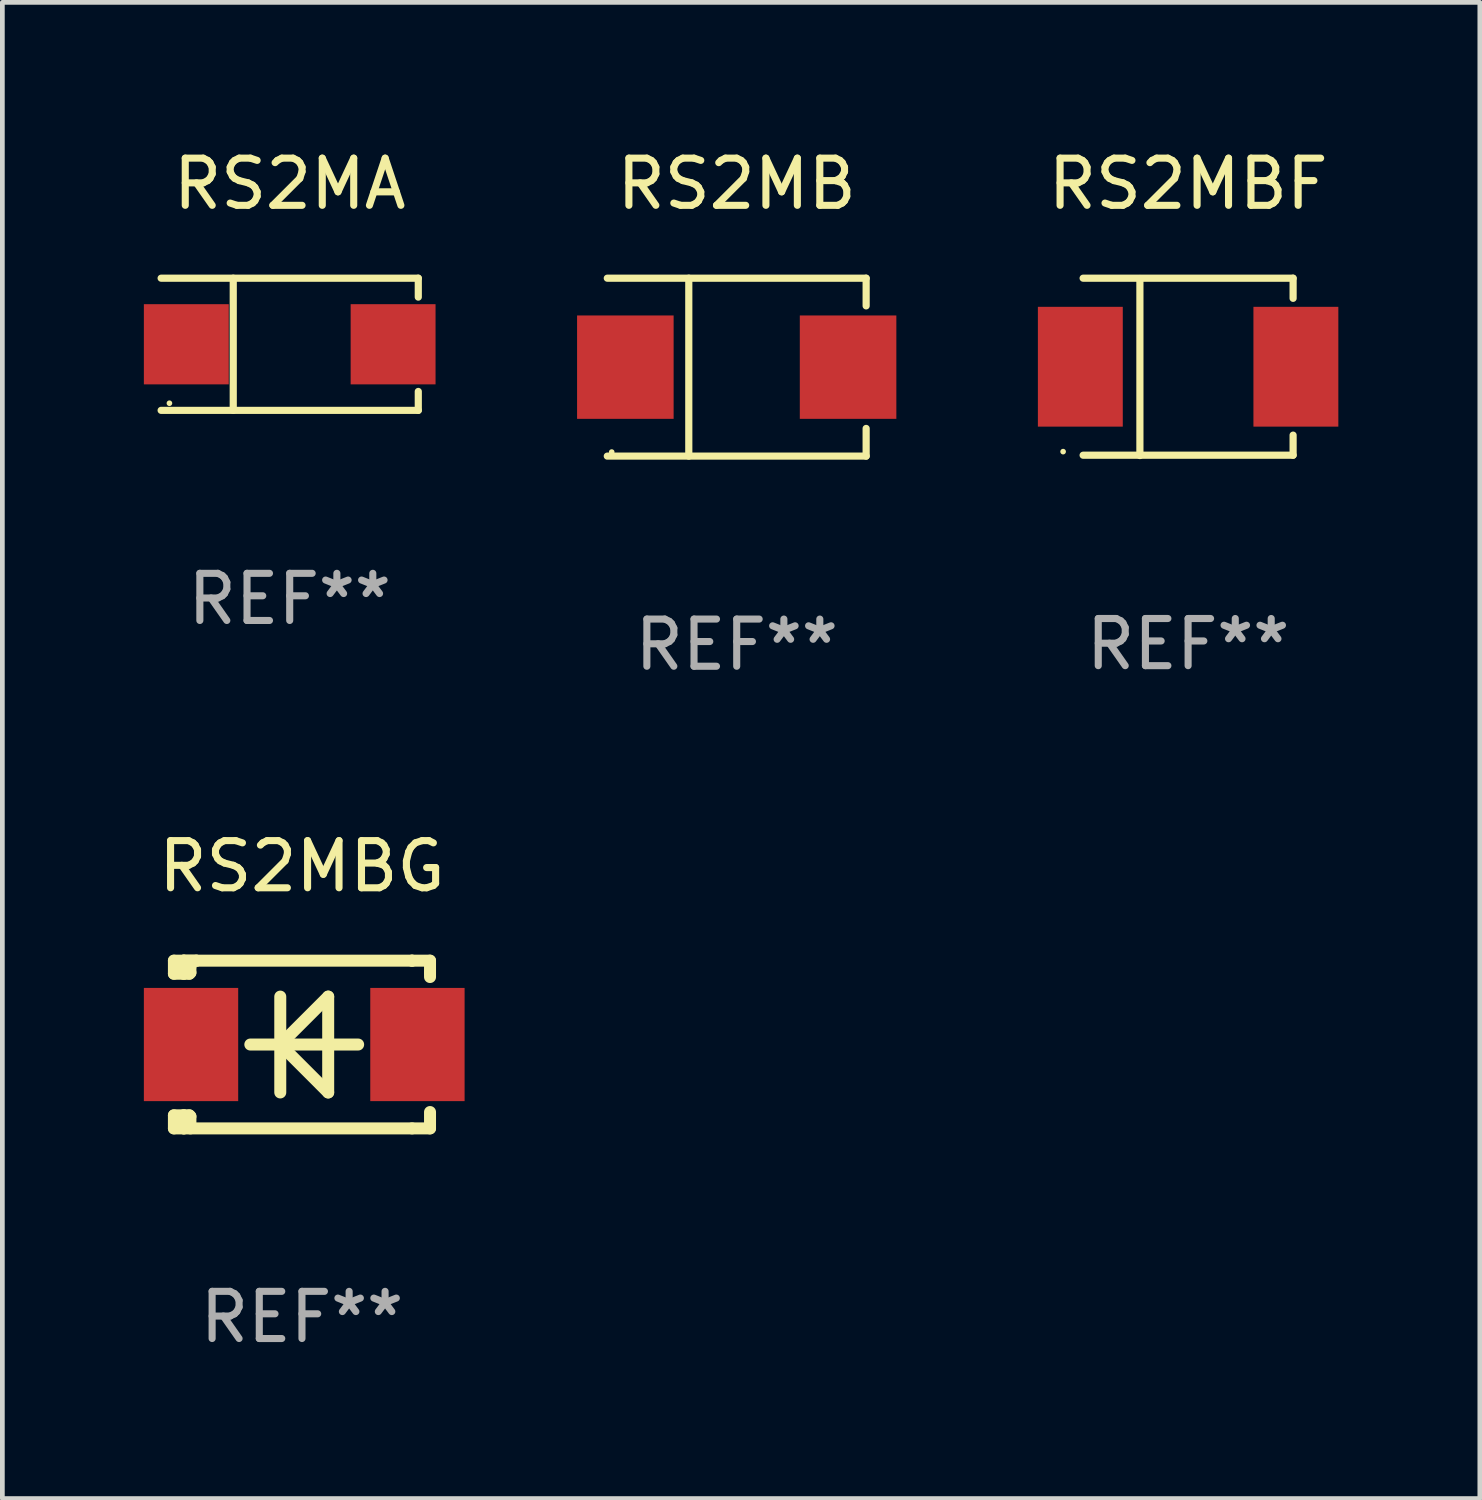
<source format=kicad_pcb>
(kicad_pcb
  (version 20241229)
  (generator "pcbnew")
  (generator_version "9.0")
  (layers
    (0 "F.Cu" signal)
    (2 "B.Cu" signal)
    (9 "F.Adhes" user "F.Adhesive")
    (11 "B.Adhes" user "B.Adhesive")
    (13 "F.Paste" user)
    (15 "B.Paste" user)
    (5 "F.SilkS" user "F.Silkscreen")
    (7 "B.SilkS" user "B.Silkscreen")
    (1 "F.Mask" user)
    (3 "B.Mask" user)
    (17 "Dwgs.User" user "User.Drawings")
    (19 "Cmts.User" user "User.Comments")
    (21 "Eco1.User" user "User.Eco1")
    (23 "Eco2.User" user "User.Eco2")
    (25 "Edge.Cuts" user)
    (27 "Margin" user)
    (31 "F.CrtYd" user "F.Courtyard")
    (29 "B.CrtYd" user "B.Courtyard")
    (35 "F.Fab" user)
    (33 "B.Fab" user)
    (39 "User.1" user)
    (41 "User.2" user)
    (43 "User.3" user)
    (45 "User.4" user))
  (footprint "RS2MBF"
    (layer "F.Cu")
    (at 22.139 4.728)
    (property "Reference" "RS2MBF" (at 0 -3.88 0) (layer "F.SilkS") (effects (font (size 1 1) (thickness 0.15))))
    (attr through_hole)
    (fp_line (start -2.226 -1.88) (end 2.226 -1.88) (stroke (width 0.152) (type solid)) (layer "F.SilkS"))
    (fp_line (start -2.226 1.873) (end 2.226 1.873) (stroke (width 0.152) (type solid)) (layer "F.SilkS"))
    (fp_line (start -1.022 -1.873) (end -1.022 1.88) (stroke (width 0.152) (type solid)) (layer "F.SilkS"))
    (fp_line (start 2.226 -1.88) (end 2.226 -1.453) (stroke (width 0.152) (type solid)) (layer "F.SilkS"))
    (fp_line (start 2.226 1.447) (end 2.226 1.873) (stroke (width 0.152) (type solid)) (layer "F.SilkS"))
    (fp_circle (center -2.65 1.797) (end -2.62 1.797) (stroke (width 0.06) (type solid)) (fill no) (layer "F.SilkS"))
    (fp_text user "REF**" (at 0 5.88 0) (layer "F.Fab") (effects (font (size 1 1) (thickness 0.15))))
    (pad "1" smd rect (at -2.285 -0.003) (size 1.8 2.54) (layers "F.Cu" "F.Mask" "F.Paste"))
    (pad "2" smd rect (at 2.285 -0.003) (size 1.8 2.54) (layers "F.Cu" "F.Mask" "F.Paste")))
  (footprint "RS2MB"
    (layer "F.Cu")
    (at 12.569 4.734)
    (property "Reference" "RS2MB" (at 0 -3.886 0) (layer "F.SilkS") (effects (font (size 1 1) (thickness 0.15))))
    (attr through_hole)
    (fp_line (start -2.744 -1.886) (end 2.744 -1.886) (stroke (width 0.152) (type solid)) (layer "F.SilkS"))
    (fp_line (start -2.744 1.886) (end 2.744 1.886) (stroke (width 0.152) (type solid)) (layer "F.SilkS"))
    (fp_line (start -1.016 -1.886) (end -1.016 1.886) (stroke (width 0.152) (type solid)) (layer "F.SilkS"))
    (fp_line (start 2.744 -1.886) (end 2.744 -1.299) (stroke (width 0.152) (type solid)) (layer "F.SilkS"))
    (fp_line (start 2.744 1.886) (end 2.744 1.299) (stroke (width 0.152) (type solid)) (layer "F.SilkS"))
    (fp_circle (center -2.65 1.8) (end -2.62 1.8) (stroke (width 0.06) (type solid)) (fill no) (layer "F.SilkS"))
    (fp_text user "REF**" (at 0 5.886 0) (layer "F.Fab") (effects (font (size 1 1) (thickness 0.15))))
    (pad "1" smd rect (at -2.361 0) (size 2.047 2.192) (layers "F.Cu" "F.Mask" "F.Paste"))
    (pad "2" smd rect (at 2.361 0) (size 2.047 2.192) (layers "F.Cu" "F.Mask" "F.Paste")))
  (footprint "RS2MA"
    (layer "F.Cu")
    (at 3.092 4.249)
    (property "Reference" "RS2MA" (at 0 -3.401 0) (layer "F.SilkS") (effects (font (size 1 1) (thickness 0.15))))
    (attr through_hole)
    (fp_line (start -2.726 -1.401) (end 2.726 -1.401) (stroke (width 0.152) (type solid)) (layer "F.SilkS"))
    (fp_line (start -2.726 1.401) (end 2.726 1.401) (stroke (width 0.152) (type solid)) (layer "F.SilkS"))
    (fp_line (start -1.197 -1.401) (end -1.197 1.401) (stroke (width 0.152) (type solid)) (layer "F.SilkS"))
    (fp_line (start 2.726 -1.401) (end 2.726 -1) (stroke (width 0.152) (type solid)) (layer "F.SilkS"))
    (fp_line (start 2.726 1.401) (end 2.726 1) (stroke (width 0.152) (type solid)) (layer "F.SilkS"))
    (fp_circle (center -2.55 1.25) (end -2.52 1.25) (stroke (width 0.06) (type solid)) (fill no) (layer "F.SilkS"))
    (fp_text user "REF**" (at 0 5.401 0) (layer "F.Fab") (effects (font (size 1 1) (thickness 0.15))))
    (pad "1" smd rect (at -2.192 0) (size 1.8 1.7) (layers "F.Cu" "F.Mask" "F.Paste"))
    (pad "2" smd rect (at 2.192 0) (size 1.8 1.7) (layers "F.Cu" "F.Mask" "F.Paste")))
  (footprint "RS2MBG"
    (layer "F.Cu")
    (at 3.352 19.095)
    (property "Reference" "RS2MBG" (at 0 -3.778 0) (layer "F.SilkS") (effects (font (size 1 1) (thickness 0.15))))
    (attr through_hole)
    (fp_line (start -2.715 -1.778) (end -2.715 -1.501) (stroke (width 0.254) (type solid)) (layer "F.SilkS"))
    (fp_line (start -2.715 -1.501) (end -2.505 -1.501) (stroke (width 0.254) (type solid)) (layer "F.SilkS"))
    (fp_line (start -2.715 1.501) (end -2.715 1.778) (stroke (width 0.254) (type solid)) (layer "F.SilkS"))
    (fp_line (start -2.715 1.501) (end -2.505 1.501) (stroke (width 0.254) (type solid)) (layer "F.SilkS"))
    (fp_line (start -2.715 1.778) (end -2.504 1.778) (stroke (width 0.254) (type solid)) (layer "F.SilkS"))
    (fp_line (start -2.505 -1.778) (end -2.715 -1.778) (stroke (width 0.254) (type solid)) (layer "F.SilkS"))
    (fp_line (start -2.505 -1.778) (end -2.238 -1.778) (stroke (width 0.254) (type solid)) (layer "F.SilkS"))
    (fp_line (start -2.505 -1.501) (end -2.505 -1.651) (stroke (width 0.254) (type solid)) (layer "F.SilkS"))
    (fp_line (start -2.505 -1.501) (end -2.388 -1.501) (stroke (width 0.254) (type solid)) (layer "F.SilkS"))
    (fp_line (start -2.505 1.501) (end -2.505 1.778) (stroke (width 0.254) (type solid)) (layer "F.SilkS"))
    (fp_line (start -2.505 1.501) (end -2.388 1.501) (stroke (width 0.254) (type solid)) (layer "F.SilkS"))
    (fp_line (start -2.388 1.501) (end -2.365 1.524) (stroke (width 0.254) (type solid)) (layer "F.SilkS"))
    (fp_line (start -2.388 -1.501) (end -2.365 -1.524) (stroke (width 0.254) (type solid)) (layer "F.SilkS"))
    (fp_line (start -2.365 -1.651) (end -2.505 -1.778) (stroke (width 0.254) (type solid)) (layer "F.SilkS"))
    (fp_line (start -2.365 -1.524) (end -2.365 -1.651) (stroke (width 0.254) (type solid)) (layer "F.SilkS"))
    (fp_line (start -2.365 1.524) (end -2.365 1.778) (stroke (width 0.254) (type solid)) (layer "F.SilkS"))
    (fp_line (start -2.239 -1.778) (end 2.333 -1.778) (stroke (width 0.254) (type solid)) (layer "F.SilkS"))
    (fp_line (start -2.238 -1.778) (end -2.505 -1.778) (stroke (width 0.254) (type solid)) (layer "F.SilkS"))
    (fp_line (start -1.095 0) (end 1.191 0) (stroke (width 0.254) (type solid)) (layer "F.SilkS"))
    (fp_line (start -0.46 -1.016) (end -0.46 1.016) (stroke (width 0.254) (type solid)) (layer "F.SilkS"))
    (fp_line (start -0.46 -0.000127) (end 0.556 1.016) (stroke (width 0.254) (type solid)) (layer "F.SilkS"))
    (fp_line (start 0.556 -1.016) (end 0.556 1.016) (stroke (width 0.254) (type solid)) (layer "F.SilkS"))
    (fp_line (start 0.556 -1.016) (end -0.46 -0.000127) (stroke (width 0.254) (type solid)) (layer "F.SilkS"))
    (fp_line (start 2.333 -1.778) (end 2.333 -1.778) (stroke (width 0.254) (type solid)) (layer "F.SilkS"))
    (fp_line (start 2.333 -1.778) (end 2.715 -1.778) (stroke (width 0.254) (type solid)) (layer "F.SilkS"))
    (fp_line (start 2.334 1.778) (end -2.504 1.778) (stroke (width 0.254) (type solid)) (layer "F.SilkS"))
    (fp_line (start 2.715 -1.778) (end 2.715 -1.524) (stroke (width 0.254) (type solid)) (layer "F.SilkS"))
    (fp_line (start 2.715 -1.524) (end 2.715 -1.431) (stroke (width 0.254) (type solid)) (layer "F.SilkS"))
    (fp_line (start 2.715 1.431) (end 2.715 1.778) (stroke (width 0.254) (type solid)) (layer "F.SilkS"))
    (fp_line (start 2.715 1.778) (end 2.334 1.778) (stroke (width 0.254) (type solid)) (layer "F.SilkS"))
    (fp_circle (center -2.602 1.8) (end -2.572 1.8) (stroke (width 0.06) (type solid)) (fill no) (layer "F.SilkS"))
    (fp_text user "REF**" (at 0 5.778 0) (layer "F.Fab") (effects (font (size 1 1) (thickness 0.15))))
    (pad "1" smd rect (at -2.352 -0.000076) (size 2 2.4) (layers "F.Cu" "F.Mask" "F.Paste"))
    (pad "2" smd rect (at 2.448 -0.000076) (size 2 2.4) (layers "F.Cu" "F.Mask" "F.Paste")))
  (gr_rect
    (start -3 -3)
    (end 28.324 28.721)
    (stroke (width 0.1) (type default))
    (fill no)
    (layer "Edge.Cuts")))
</source>
